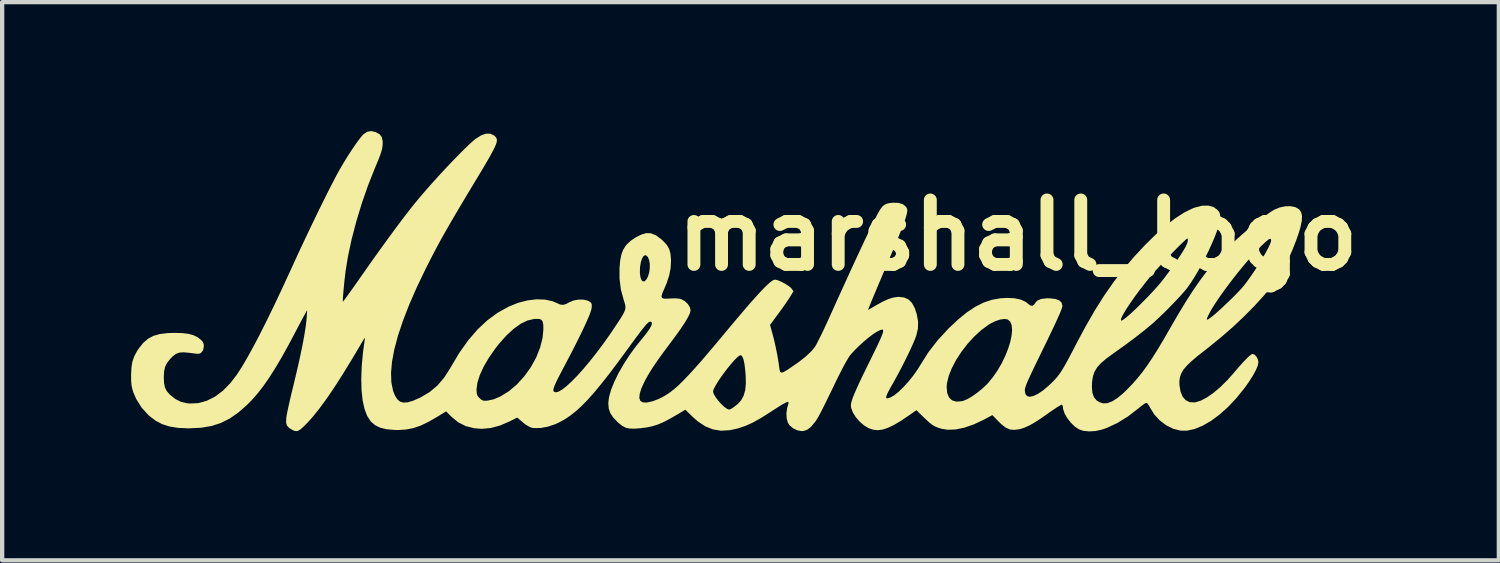
<source format=kicad_pcb>
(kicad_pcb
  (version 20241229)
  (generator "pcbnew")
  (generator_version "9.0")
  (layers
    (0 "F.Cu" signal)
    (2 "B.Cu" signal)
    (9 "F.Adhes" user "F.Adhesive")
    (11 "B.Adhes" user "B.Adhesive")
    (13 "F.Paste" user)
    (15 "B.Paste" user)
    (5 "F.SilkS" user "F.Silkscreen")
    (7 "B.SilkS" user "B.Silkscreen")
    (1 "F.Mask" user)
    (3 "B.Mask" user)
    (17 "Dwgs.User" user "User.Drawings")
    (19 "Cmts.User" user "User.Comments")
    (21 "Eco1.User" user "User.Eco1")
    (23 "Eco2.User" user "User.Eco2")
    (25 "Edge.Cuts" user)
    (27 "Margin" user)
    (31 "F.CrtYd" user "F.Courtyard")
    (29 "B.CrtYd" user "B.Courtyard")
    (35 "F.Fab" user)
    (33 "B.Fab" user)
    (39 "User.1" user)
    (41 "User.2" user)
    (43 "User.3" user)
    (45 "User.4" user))
  (footprint "marshall_logo"
    (layer "F.Cu")
    (at 13.631 3.501)
    (property "Reference" "marshall_logo" (at 7 -1.077 0) (layer "F.SilkS") (effects (font (size 1.5 1.5) (thickness 0.3))))
    (attr board_only exclude_from_pos_files exclude_from_bom)
    (fp_poly (pts (xy -7.943 -3.478) (xy -7.851 -3.429) (xy -7.798 -3.362) (xy -7.778 -3.269) (xy -7.777 -3.242) (xy -7.779 -3.176) (xy -7.787 -3.112) (xy -7.803 -3.043) (xy -7.829 -2.96) (xy -7.868 -2.856) (xy -7.923 -2.724) (xy -7.961 -2.633) (xy -8.12 -2.232) (xy -8.265 -1.815) (xy -8.393 -1.392) (xy -8.502 -0.975) (xy -8.587 -0.573) (xy -8.639 -0.25) (xy -8.652 -0.145) (xy -8.666 -0.027) (xy -8.678 0.095) (xy -8.689 0.212) (xy -8.698 0.317) (xy -8.704 0.4) (xy -8.705 0.453) (xy -8.704 0.468) (xy -8.689 0.452) (xy -8.652 0.403) (xy -8.595 0.325) (xy -8.521 0.223) (xy -8.434 0.1) (xy -8.336 -0.039) (xy -8.264 -0.142) (xy -8.053 -0.443) (xy -7.845 -0.734) (xy -7.645 -1.01) (xy -7.457 -1.266) (xy -7.284 -1.496) (xy -7.129 -1.696) (xy -7.04 -1.808) (xy -6.917 -1.957) (xy -6.778 -2.119) (xy -6.627 -2.29) (xy -6.47 -2.464) (xy -6.311 -2.635) (xy -6.155 -2.8) (xy -6.007 -2.952) (xy -5.871 -3.088) (xy -5.753 -3.201) (xy -5.658 -3.286) (xy -5.621 -3.316) (xy -5.494 -3.398) (xy -5.378 -3.44) (xy -5.275 -3.441) (xy -5.188 -3.401) (xy -5.16 -3.375) (xy -5.139 -3.35) (xy -5.125 -3.323) (xy -5.12 -3.29) (xy -5.124 -3.249) (xy -5.14 -3.196) (xy -5.169 -3.127) (xy -5.214 -3.039) (xy -5.274 -2.928) (xy -5.352 -2.791) (xy -5.45 -2.625) (xy -5.569 -2.426) (xy -5.668 -2.263) (xy -5.835 -1.985) (xy -5.981 -1.74) (xy -6.109 -1.524) (xy -6.221 -1.331) (xy -6.321 -1.157) (xy -6.412 -0.996) (xy -6.495 -0.843) (xy -6.575 -0.692) (xy -6.654 -0.54) (xy -6.735 -0.381) (xy -6.778 -0.296) (xy -6.985 0.136) (xy -7.161 0.54) (xy -7.307 0.916) (xy -7.423 1.263) (xy -7.507 1.58) (xy -7.561 1.868) (xy -7.583 2.124) (xy -7.575 2.35) (xy -7.535 2.544) (xy -7.492 2.652) (xy -7.438 2.738) (xy -7.374 2.793) (xy -7.294 2.816) (xy -7.193 2.809) (xy -7.068 2.772) (xy -6.914 2.704) (xy -6.891 2.693) (xy -6.685 2.571) (xy -6.619 2.515) (xy -5.594 2.515) (xy -5.59 2.594) (xy -5.576 2.646) (xy -5.543 2.692) (xy -5.525 2.71) (xy -5.48 2.751) (xy -5.439 2.77) (xy -5.383 2.773) (xy -5.331 2.769) (xy -5.192 2.739) (xy -5.042 2.675) (xy -4.841 2.551) (xy -4.652 2.391) (xy -4.481 2.202) (xy -4.331 1.993) (xy -4.207 1.769) (xy -4.115 1.538) (xy -4.057 1.307) (xy -4.039 1.118) (xy -4.041 1.005) (xy -4.055 0.93) (xy -4.087 0.887) (xy -4.143 0.869) (xy -4.228 0.869) (xy -4.256 0.871) (xy -4.406 0.905) (xy -4.565 0.982) (xy -4.731 1.1) (xy -4.901 1.257) (xy -5.074 1.452) (xy -5.159 1.561) (xy -5.308 1.775) (xy -5.429 1.982) (xy -5.517 2.175) (xy -5.573 2.351) (xy -5.594 2.506) (xy -5.594 2.515) (xy -6.619 2.515) (xy -6.506 2.421) (xy -6.348 2.237) (xy -6.206 2.015) (xy -6.198 2.001) (xy -5.998 1.664) (xy -5.79 1.37) (xy -5.572 1.116) (xy -5.343 0.902) (xy -5.1 0.724) (xy -4.841 0.581) (xy -4.839 0.58) (xy -4.622 0.493) (xy -4.405 0.438) (xy -4.195 0.413) (xy -3.998 0.42) (xy -3.821 0.459) (xy -3.723 0.501) (xy -3.645 0.535) (xy -3.578 0.542) (xy -3.508 0.521) (xy -3.438 0.483) (xy -3.335 0.44) (xy -3.218 0.419) (xy -3.102 0.421) (xy -3.003 0.445) (xy -2.97 0.463) (xy -2.931 0.492) (xy -2.914 0.524) (xy -2.913 0.577) (xy -2.916 0.619) (xy -2.932 0.682) (xy -2.968 0.782) (xy -3.025 0.915) (xy -3.1 1.079) (xy -3.192 1.27) (xy -3.3 1.486) (xy -3.422 1.724) (xy -3.557 1.98) (xy -3.568 2.001) (xy -3.654 2.164) (xy -3.719 2.292) (xy -3.765 2.389) (xy -3.793 2.46) (xy -3.806 2.51) (xy -3.805 2.543) (xy -3.797 2.558) (xy -3.754 2.578) (xy -3.688 2.562) (xy -3.602 2.513) (xy -3.498 2.432) (xy -3.38 2.323) (xy -3.248 2.189) (xy -3.106 2.03) (xy -2.956 1.851) (xy -2.799 1.653) (xy -2.639 1.439) (xy -2.478 1.212) (xy -2.334 0.997) (xy -2.251 0.871) (xy -2.192 0.775) (xy -2.154 0.701) (xy -2.133 0.641) (xy -2.129 0.586) (xy -2.138 0.529) (xy -2.158 0.462) (xy -2.169 0.429) (xy -2.236 0.184) (xy -2.267 -0.067) (xy -2.267 -0.194) (xy -1.793 -0.194) (xy -1.78 -0.099) (xy -1.755 -0.034) (xy -1.721 -0.003) (xy -1.681 -0.008) (xy -1.639 -0.053) (xy -1.609 -0.108) (xy -1.578 -0.205) (xy -1.563 -0.31) (xy -1.563 -0.411) (xy -1.579 -0.501) (xy -1.607 -0.57) (xy -1.648 -0.609) (xy -1.671 -0.614) (xy -1.709 -0.593) (xy -1.743 -0.535) (xy -1.771 -0.449) (xy -1.789 -0.343) (xy -1.791 -0.316) (xy -1.793 -0.194) (xy -2.267 -0.194) (xy -2.267 -0.318) (xy -2.252 -0.487) (xy -2.226 -0.621) (xy -2.187 -0.73) (xy -2.13 -0.823) (xy -2.092 -0.87) (xy -1.999 -0.955) (xy -1.883 -1.032) (xy -1.76 -1.093) (xy -1.646 -1.127) (xy -1.642 -1.127) (xy -1.536 -1.123) (xy -1.422 -1.077) (xy -1.299 -0.988) (xy -1.254 -0.947) (xy -1.168 -0.854) (xy -1.113 -0.761) (xy -1.082 -0.653) (xy -1.07 -0.519) (xy -1.069 -0.477) (xy -1.079 -0.307) (xy -1.112 -0.14) (xy -1.17 0.037) (xy -1.229 0.174) (xy -1.272 0.275) (xy -1.29 0.341) (xy -1.279 0.38) (xy -1.236 0.397) (xy -1.157 0.398) (xy -1.096 0.394) (xy -0.965 0.39) (xy -0.864 0.4) (xy -0.835 0.408) (xy -0.75 0.453) (xy -0.677 0.522) (xy -0.628 0.602) (xy -0.614 0.668) (xy -0.628 0.732) (xy -0.671 0.825) (xy -0.743 0.948) (xy -0.845 1.102) (xy -0.978 1.287) (xy -1.095 1.444) (xy -1.256 1.66) (xy -1.391 1.848) (xy -1.502 2.012) (xy -1.592 2.157) (xy -1.666 2.288) (xy -1.684 2.324) (xy -1.758 2.484) (xy -1.798 2.613) (xy -1.806 2.711) (xy -1.782 2.776) (xy -1.724 2.811) (xy -1.634 2.815) (xy -1.511 2.788) (xy -1.445 2.766) (xy -1.354 2.73) (xy -1.266 2.687) (xy -1.178 2.636) (xy -1.087 2.574) (xy -1.067 2.559) (xy -0.091 2.559) (xy -0.075 2.616) (xy -0.032 2.689) (xy 0.029 2.77) (xy 0.099 2.849) (xy 0.171 2.916) (xy 0.236 2.962) (xy 0.284 2.979) (xy 0.319 2.967) (xy 0.364 2.941) (xy 0.477 2.855) (xy 0.562 2.762) (xy 0.621 2.655) (xy 0.657 2.529) (xy 0.672 2.376) (xy 0.668 2.19) (xy 0.66 2.085) (xy 0.642 1.929) (xy 0.619 1.816) (xy 0.59 1.745) (xy 0.555 1.712) (xy 0.555 1.712) (xy 0.521 1.723) (xy 0.468 1.766) (xy 0.4 1.835) (xy 0.323 1.924) (xy 0.24 2.025) (xy 0.158 2.134) (xy 0.079 2.243) (xy 0.011 2.347) (xy -0.044 2.439) (xy -0.079 2.512) (xy -0.091 2.559) (xy -1.067 2.559) (xy -0.991 2.499) (xy -0.888 2.407) (xy -0.775 2.296) (xy -0.648 2.163) (xy -0.506 2.007) (xy -0.345 1.825) (xy -0.164 1.613) (xy 0.041 1.37) (xy 0.197 1.182) (xy 0.413 0.924) (xy 0.603 0.7) (xy 0.767 0.509) (xy 0.909 0.35) (xy 1.029 0.219) (xy 1.128 0.117) (xy 1.209 0.041) (xy 1.273 -0.01) (xy 1.321 -0.039) (xy 1.349 -0.045) (xy 1.409 -0.033) (xy 1.489 0.00034) (xy 1.578 0.046) (xy 1.659 0.097) (xy 1.72 0.145) (xy 1.736 0.164) (xy 1.781 0.225) (xy 1.703 0.353) (xy 1.66 0.419) (xy 1.598 0.511) (xy 1.523 0.617) (xy 1.445 0.725) (xy 1.43 0.745) (xy 1.235 1.009) (xy 1.289 1.204) (xy 1.33 1.361) (xy 1.369 1.536) (xy 1.405 1.714) (xy 1.432 1.876) (xy 1.443 1.956) (xy 1.455 2.044) (xy 1.47 2.098) (xy 1.497 2.119) (xy 1.541 2.109) (xy 1.611 2.071) (xy 1.686 2.022) (xy 1.897 1.877) (xy 2.067 1.743) (xy 2.197 1.621) (xy 2.281 1.518) (xy 2.312 1.464) (xy 2.358 1.375) (xy 2.416 1.259) (xy 2.483 1.121) (xy 2.554 0.968) (xy 2.628 0.807) (xy 2.634 0.793) (xy 2.807 0.409) (xy 2.964 0.065) (xy 3.105 -0.245) (xy 3.233 -0.522) (xy 3.348 -0.769) (xy 3.452 -0.991) (xy 3.547 -1.189) (xy 3.604 -1.308) (xy 3.682 -1.465) (xy 3.745 -1.587) (xy 3.798 -1.678) (xy 3.846 -1.742) (xy 3.894 -1.784) (xy 3.945 -1.81) (xy 4.006 -1.825) (xy 4.079 -1.833) (xy 4.101 -1.835) (xy 4.229 -1.83) (xy 4.329 -1.798) (xy 4.399 -1.739) (xy 4.422 -1.695) (xy 4.428 -1.668) (xy 4.427 -1.632) (xy 4.419 -1.583) (xy 4.402 -1.518) (xy 4.375 -1.435) (xy 4.337 -1.33) (xy 4.287 -1.2) (xy 4.224 -1.042) (xy 4.146 -0.853) (xy 4.053 -0.629) (xy 3.943 -0.368) (xy 3.905 -0.279) (xy 3.823 -0.085) (xy 3.747 0.095) (xy 3.679 0.258) (xy 3.62 0.398) (xy 3.573 0.513) (xy 3.538 0.597) (xy 3.518 0.647) (xy 3.514 0.659) (xy 3.535 0.649) (xy 3.586 0.62) (xy 3.658 0.578) (xy 3.697 0.555) (xy 3.854 0.468) (xy 3.986 0.408) (xy 4.101 0.372) (xy 4.207 0.357) (xy 4.23 0.356) (xy 4.354 0.37) (xy 4.456 0.416) (xy 4.537 0.497) (xy 4.602 0.617) (xy 4.649 0.761) (xy 4.68 0.932) (xy 4.676 1.092) (xy 4.637 1.259) (xy 4.634 1.266) (xy 4.598 1.363) (xy 4.542 1.491) (xy 4.472 1.643) (xy 4.39 1.811) (xy 4.301 1.986) (xy 4.209 2.161) (xy 4.117 2.328) (xy 4.096 2.365) (xy 4.021 2.498) (xy 3.97 2.596) (xy 3.942 2.663) (xy 3.937 2.703) (xy 3.953 2.718) (xy 3.991 2.713) (xy 4.038 2.695) (xy 4.127 2.644) (xy 4.231 2.56) (xy 4.333 2.461) (xy 5.344 2.461) (xy 5.358 2.597) (xy 5.401 2.699) (xy 5.471 2.764) (xy 5.568 2.793) (xy 5.691 2.784) (xy 5.736 2.773) (xy 5.824 2.736) (xy 5.933 2.673) (xy 6.051 2.59) (xy 6.167 2.496) (xy 6.273 2.398) (xy 6.305 2.364) (xy 6.423 2.221) (xy 6.53 2.065) (xy 6.626 1.9) (xy 6.707 1.732) (xy 6.774 1.565) (xy 6.824 1.405) (xy 6.855 1.257) (xy 6.867 1.126) (xy 6.857 1.016) (xy 6.824 0.934) (xy 6.766 0.883) (xy 6.765 0.883) (xy 6.689 0.87) (xy 6.588 0.884) (xy 6.473 0.923) (xy 6.352 0.984) (xy 6.318 1.005) (xy 6.147 1.131) (xy 5.982 1.283) (xy 5.827 1.453) (xy 5.686 1.637) (xy 5.563 1.826) (xy 5.464 2.015) (xy 5.392 2.197) (xy 5.351 2.366) (xy 5.344 2.461) (xy 4.333 2.461) (xy 4.344 2.45) (xy 4.459 2.323) (xy 4.57 2.184) (xy 4.67 2.042) (xy 4.735 1.937) (xy 4.919 1.645) (xy 5.134 1.367) (xy 5.388 1.092) (xy 5.389 1.091) (xy 5.608 0.885) (xy 5.814 0.717) (xy 6.011 0.586) (xy 6.203 0.489) (xy 6.397 0.424) (xy 6.596 0.389) (xy 6.754 0.38) (xy 6.925 0.389) (xy 7.069 0.42) (xy 7.18 0.47) (xy 7.232 0.512) (xy 7.293 0.558) (xy 7.346 0.563) (xy 7.388 0.525) (xy 7.394 0.513) (xy 7.449 0.446) (xy 7.541 0.405) (xy 7.671 0.389) (xy 7.744 0.39) (xy 7.874 0.405) (xy 7.963 0.437) (xy 8.016 0.487) (xy 8.036 0.557) (xy 8.036 0.575) (xy 8.025 0.619) (xy 7.995 0.7) (xy 7.943 0.819) (xy 7.872 0.977) (xy 7.779 1.172) (xy 7.666 1.408) (xy 7.635 1.47) (xy 7.525 1.697) (xy 7.433 1.886) (xy 7.357 2.042) (xy 7.298 2.169) (xy 7.251 2.27) (xy 7.216 2.349) (xy 7.192 2.41) (xy 7.176 2.457) (xy 7.167 2.493) (xy 7.163 2.522) (xy 7.163 2.537) (xy 7.177 2.619) (xy 7.218 2.666) (xy 7.282 2.68) (xy 7.367 2.661) (xy 7.471 2.611) (xy 7.59 2.53) (xy 7.721 2.419) (xy 7.789 2.354) (xy 7.851 2.292) (xy 7.905 2.231) (xy 7.956 2.168) (xy 8.007 2.095) (xy 8.061 2.007) (xy 8.123 1.899) (xy 8.195 1.766) (xy 8.282 1.601) (xy 8.356 1.457) (xy 8.576 1.045) (xy 8.672 0.879) (xy 9.399 0.879) (xy 9.403 0.907) (xy 9.41 0.91) (xy 9.439 0.896) (xy 9.489 0.861) (xy 9.531 0.828) (xy 9.629 0.743) (xy 9.747 0.633) (xy 9.876 0.506) (xy 10.009 0.371) (xy 10.134 0.239) (xy 10.245 0.117) (xy 10.329 0.018) (xy 10.424 -0.104) (xy 10.526 -0.241) (xy 10.628 -0.384) (xy 10.725 -0.524) (xy 10.809 -0.651) (xy 10.875 -0.758) (xy 10.901 -0.805) (xy 10.94 -0.889) (xy 10.959 -0.954) (xy 10.956 -0.993) (xy 10.942 -1.001) (xy 10.918 -0.985) (xy 10.869 -0.94) (xy 10.798 -0.873) (xy 10.712 -0.787) (xy 10.614 -0.689) (xy 10.511 -0.582) (xy 10.406 -0.473) (xy 10.306 -0.365) (xy 10.214 -0.265) (xy 10.135 -0.178) (xy 10.079 -0.112) (xy 9.949 0.051) (xy 9.826 0.209) (xy 9.714 0.361) (xy 9.616 0.502) (xy 9.532 0.628) (xy 9.467 0.735) (xy 9.421 0.82) (xy 9.399 0.879) (xy 8.672 0.879) (xy 8.791 0.672) (xy 9.007 0.329) (xy 9.228 0.012) (xy 9.458 -0.287) (xy 9.702 -0.574) (xy 9.96 -0.85) (xy 10.207 -1.093) (xy 10.442 -1.301) (xy 10.662 -1.471) (xy 10.867 -1.604) (xy 11.054 -1.697) (xy 11.118 -1.722) (xy 11.285 -1.764) (xy 11.43 -1.768) (xy 11.551 -1.736) (xy 11.646 -1.667) (xy 11.664 -1.646) (xy 11.693 -1.601) (xy 11.707 -1.555) (xy 11.707 -1.488) (xy 11.704 -1.444) (xy 11.685 -1.34) (xy 11.644 -1.206) (xy 11.585 -1.047) (xy 11.51 -0.871) (xy 11.424 -0.685) (xy 11.33 -0.496) (xy 11.231 -0.311) (xy 11.13 -0.136) (xy 11.031 0.021) (xy 10.941 0.148) (xy 10.868 0.237) (xy 10.768 0.349) (xy 10.649 0.476) (xy 10.519 0.609) (xy 10.386 0.742) (xy 10.256 0.865) (xy 10.139 0.973) (xy 10.108 1) (xy 9.935 1.142) (xy 9.73 1.303) (xy 9.499 1.475) (xy 9.25 1.653) (xy 9.209 1.682) (xy 9.052 1.797) (xy 8.932 1.9) (xy 8.844 1.998) (xy 8.784 2.099) (xy 8.747 2.208) (xy 8.728 2.334) (xy 8.723 2.445) (xy 8.734 2.584) (xy 8.771 2.69) (xy 8.836 2.768) (xy 8.892 2.804) (xy 8.984 2.834) (xy 9.083 2.829) (xy 9.192 2.789) (xy 9.315 2.712) (xy 9.453 2.597) (xy 9.537 2.516) (xy 9.662 2.387) (xy 9.78 2.254) (xy 9.894 2.112) (xy 10.009 1.956) (xy 10.127 1.78) (xy 10.254 1.579) (xy 10.392 1.348) (xy 10.538 1.094) (xy 10.665 0.875) (xy 11.396 0.875) (xy 11.406 0.888) (xy 11.443 0.869) (xy 11.504 0.825) (xy 11.578 0.766) (xy 11.674 0.681) (xy 11.784 0.579) (xy 11.9 0.469) (xy 12.014 0.358) (xy 12.116 0.254) (xy 12.199 0.166) (xy 12.244 0.114) (xy 12.332 0.000058) (xy 12.425 -0.129) (xy 12.519 -0.268) (xy 12.611 -0.41) (xy 12.695 -0.548) (xy 12.77 -0.677) (xy 12.83 -0.79) (xy 12.872 -0.881) (xy 12.892 -0.943) (xy 12.893 -0.956) (xy 12.888 -0.988) (xy 12.868 -0.996) (xy 12.831 -0.977) (xy 12.772 -0.929) (xy 12.687 -0.85) (xy 12.672 -0.836) (xy 12.549 -0.71) (xy 12.411 -0.557) (xy 12.265 -0.386) (xy 12.115 -0.203) (xy 11.967 -0.014) (xy 11.826 0.174) (xy 11.697 0.354) (xy 11.586 0.519) (xy 11.497 0.663) (xy 11.453 0.744) (xy 11.412 0.828) (xy 11.396 0.875) (xy 10.665 0.875) (xy 10.729 0.765) (xy 10.906 0.472) (xy 11.074 0.211) (xy 11.237 -0.025) (xy 11.399 -0.241) (xy 11.565 -0.441) (xy 11.738 -0.633) (xy 11.922 -0.82) (xy 12.095 -0.985) (xy 12.224 -1.101) (xy 12.363 -1.22) (xy 12.506 -1.338) (xy 12.645 -1.448) (xy 12.773 -1.543) (xy 12.882 -1.62) (xy 12.964 -1.671) (xy 13.09 -1.723) (xy 13.22 -1.751) (xy 13.345 -1.754) (xy 13.455 -1.732) (xy 13.539 -1.685) (xy 13.551 -1.673) (xy 13.594 -1.608) (xy 13.612 -1.523) (xy 13.607 -1.414) (xy 13.578 -1.274) (xy 13.534 -1.123) (xy 13.472 -0.947) (xy 13.398 -0.759) (xy 13.318 -0.572) (xy 13.236 -0.401) (xy 13.184 -0.3) (xy 13.062 -0.105) (xy 12.905 0.108) (xy 12.717 0.335) (xy 12.501 0.572) (xy 12.262 0.813) (xy 12.004 1.056) (xy 11.731 1.294) (xy 11.447 1.525) (xy 11.353 1.599) (xy 11.179 1.735) (xy 11.041 1.852) (xy 10.934 1.955) (xy 10.856 2.047) (xy 10.803 2.135) (xy 10.772 2.223) (xy 10.759 2.314) (xy 10.761 2.409) (xy 10.786 2.561) (xy 10.836 2.68) (xy 10.909 2.762) (xy 11.003 2.807) (xy 11.117 2.811) (xy 11.128 2.81) (xy 11.255 2.772) (xy 11.397 2.697) (xy 11.552 2.59) (xy 11.713 2.454) (xy 11.875 2.293) (xy 11.997 2.157) (xy 12.14 1.99) (xy 12.258 1.859) (xy 12.35 1.765) (xy 12.416 1.706) (xy 12.459 1.683) (xy 12.463 1.683) (xy 12.512 1.703) (xy 12.557 1.754) (xy 12.588 1.821) (xy 12.598 1.877) (xy 12.583 1.955) (xy 12.539 2.06) (xy 12.47 2.187) (xy 12.379 2.33) (xy 12.274 2.478) (xy 12.085 2.712) (xy 11.89 2.919) (xy 11.692 3.096) (xy 11.494 3.242) (xy 11.3 3.354) (xy 11.113 3.431) (xy 10.936 3.469) (xy 10.786 3.468) (xy 10.616 3.425) (xy 10.451 3.343) (xy 10.3 3.229) (xy 10.172 3.088) (xy 10.083 2.943) (xy 10.046 2.878) (xy 10.012 2.833) (xy 9.992 2.82) (xy 9.961 2.834) (xy 9.906 2.871) (xy 9.838 2.924) (xy 9.817 2.942) (xy 9.563 3.138) (xy 9.312 3.293) (xy 9.067 3.407) (xy 8.948 3.447) (xy 8.801 3.478) (xy 8.654 3.486) (xy 8.522 3.472) (xy 8.424 3.439) (xy 8.325 3.373) (xy 8.231 3.281) (xy 8.149 3.176) (xy 8.087 3.067) (xy 8.054 2.966) (xy 8.05 2.928) (xy 8.04 2.879) (xy 8.018 2.865) (xy 7.989 2.878) (xy 7.931 2.913) (xy 7.85 2.966) (xy 7.755 3.031) (xy 7.704 3.067) (xy 7.532 3.188) (xy 7.388 3.281) (xy 7.265 3.35) (xy 7.157 3.398) (xy 7.058 3.43) (xy 7.027 3.437) (xy 6.911 3.451) (xy 6.811 3.44) (xy 6.718 3.398) (xy 6.621 3.323) (xy 6.553 3.257) (xy 6.408 3.107) (xy 6.212 3.212) (xy 5.979 3.322) (xy 5.758 3.399) (xy 5.553 3.441) (xy 5.368 3.448) (xy 5.22 3.424) (xy 5.135 3.396) (xy 5.065 3.367) (xy 5 3.327) (xy 4.93 3.27) (xy 4.844 3.19) (xy 4.805 3.153) (xy 4.641 2.993) (xy 4.48 3.105) (xy 4.288 3.235) (xy 4.122 3.334) (xy 3.979 3.403) (xy 3.853 3.444) (xy 3.74 3.458) (xy 3.635 3.447) (xy 3.534 3.413) (xy 3.532 3.412) (xy 3.422 3.347) (xy 3.319 3.257) (xy 3.229 3.153) (xy 3.161 3.043) (xy 3.122 2.939) (xy 3.116 2.886) (xy 3.12 2.841) (xy 3.133 2.784) (xy 3.157 2.711) (xy 3.194 2.617) (xy 3.245 2.5) (xy 3.311 2.355) (xy 3.395 2.179) (xy 3.497 1.969) (xy 3.552 1.858) (xy 3.651 1.656) (xy 3.731 1.491) (xy 3.792 1.361) (xy 3.834 1.262) (xy 3.86 1.191) (xy 3.868 1.145) (xy 3.861 1.121) (xy 3.839 1.116) (xy 3.803 1.127) (xy 3.753 1.15) (xy 3.723 1.166) (xy 3.639 1.219) (xy 3.535 1.297) (xy 3.421 1.392) (xy 3.308 1.495) (xy 3.204 1.597) (xy 3.119 1.69) (xy 3.089 1.728) (xy 3.049 1.789) (xy 2.995 1.882) (xy 2.932 1.998) (xy 2.865 2.128) (xy 2.803 2.251) (xy 2.698 2.47) (xy 2.609 2.651) (xy 2.537 2.8) (xy 2.477 2.92) (xy 2.429 3.015) (xy 2.39 3.09) (xy 2.358 3.148) (xy 2.331 3.194) (xy 2.307 3.232) (xy 2.283 3.265) (xy 2.273 3.278) (xy 2.187 3.38) (xy 2.106 3.444) (xy 2.023 3.474) (xy 1.969 3.479) (xy 1.868 3.461) (xy 1.77 3.413) (xy 1.689 3.344) (xy 1.652 3.289) (xy 1.623 3.189) (xy 1.616 3.067) (xy 1.632 2.945) (xy 1.648 2.891) (xy 1.664 2.831) (xy 1.663 2.799) (xy 1.658 2.797) (xy 1.627 2.804) (xy 1.576 2.829) (xy 1.501 2.871) (xy 1.398 2.936) (xy 1.262 3.023) (xy 1.228 3.046) (xy 1.018 3.178) (xy 0.832 3.282) (xy 0.66 3.359) (xy 0.495 3.415) (xy 0.329 3.452) (xy 0.294 3.458) (xy 0.095 3.47) (xy -0.092 3.44) (xy -0.272 3.368) (xy -0.446 3.253) (xy -0.567 3.146) (xy -0.736 2.981) (xy -0.919 3.091) (xy -1.093 3.191) (xy -1.24 3.268) (xy -1.372 3.325) (xy -1.499 3.365) (xy -1.63 3.393) (xy -1.777 3.412) (xy -1.779 3.413) (xy -1.923 3.423) (xy -2.033 3.42) (xy -2.123 3.4) (xy -2.202 3.359) (xy -2.283 3.295) (xy -2.314 3.267) (xy -2.416 3.16) (xy -2.482 3.06) (xy -2.517 2.957) (xy -2.528 2.84) (xy -2.528 2.832) (xy -2.512 2.691) (xy -2.465 2.524) (xy -2.391 2.337) (xy -2.293 2.136) (xy -2.174 1.927) (xy -2.037 1.715) (xy -1.884 1.505) (xy -1.761 1.353) (xy -1.647 1.212) (xy -1.567 1.099) (xy -1.522 1.015) (xy -1.512 0.96) (xy -1.537 0.935) (xy -1.556 0.932) (xy -1.578 0.939) (xy -1.608 0.962) (xy -1.649 1.004) (xy -1.703 1.069) (xy -1.774 1.158) (xy -1.863 1.277) (xy -1.973 1.426) (xy -2.092 1.589) (xy -2.312 1.889) (xy -2.511 2.153) (xy -2.692 2.382) (xy -2.857 2.581) (xy -3.009 2.752) (xy -3.151 2.897) (xy -3.286 3.019) (xy -3.415 3.121) (xy -3.541 3.205) (xy -3.668 3.275) (xy -3.77 3.321) (xy -3.937 3.377) (xy -4.104 3.407) (xy -4.256 3.409) (xy -4.306 3.402) (xy -4.374 3.375) (xy -4.459 3.322) (xy -4.517 3.275) (xy -4.647 3.164) (xy -4.821 3.252) (xy -5.049 3.35) (xy -5.265 3.408) (xy -5.473 3.426) (xy -5.651 3.412) (xy -5.847 3.362) (xy -6.019 3.275) (xy -6.174 3.148) (xy -6.178 3.145) (xy -6.302 3.02) (xy -6.522 3.155) (xy -6.721 3.269) (xy -6.898 3.353) (xy -7.065 3.41) (xy -7.23 3.442) (xy -7.404 3.454) (xy -7.512 3.452) (xy -7.691 3.435) (xy -7.834 3.4) (xy -7.95 3.344) (xy -8.044 3.265) (xy -8.061 3.245) (xy -8.14 3.123) (xy -8.201 2.961) (xy -8.244 2.763) (xy -8.269 2.529) (xy -8.276 2.265) (xy -8.265 1.971) (xy -8.236 1.65) (xy -8.197 1.364) (xy -8.192 1.324) (xy -8.196 1.313) (xy -8.213 1.335) (xy -8.247 1.392) (xy -8.257 1.41) (xy -8.488 1.8) (xy -8.702 2.149) (xy -8.9 2.458) (xy -9.082 2.726) (xy -9.251 2.956) (xy -9.405 3.148) (xy -9.526 3.282) (xy -9.618 3.375) (xy -9.687 3.437) (xy -9.742 3.471) (xy -9.789 3.481) (xy -9.835 3.472) (xy -9.869 3.456) (xy -9.955 3.405) (xy -10.004 3.351) (xy -10.024 3.282) (xy -10.021 3.183) (xy -10.021 3.178) (xy -10.012 3.116) (xy -9.993 3.018) (xy -9.966 2.892) (xy -9.933 2.746) (xy -9.896 2.588) (xy -9.869 2.479) (xy -9.785 2.128) (xy -9.712 1.808) (xy -9.652 1.524) (xy -9.605 1.275) (xy -9.571 1.066) (xy -9.552 0.91) (xy -9.544 0.812) (xy -9.538 0.732) (xy -9.535 0.681) (xy -9.535 0.667) (xy -9.547 0.685) (xy -9.576 0.738) (xy -9.621 0.82) (xy -9.678 0.927) (xy -9.744 1.052) (xy -9.798 1.155) (xy -9.97 1.479) (xy -10.128 1.764) (xy -10.276 2.013) (xy -10.415 2.232) (xy -10.548 2.423) (xy -10.677 2.591) (xy -10.806 2.74) (xy -10.936 2.872) (xy -11.139 3.05) (xy -11.34 3.189) (xy -11.544 3.291) (xy -11.762 3.361) (xy -12.002 3.401) (xy -12.271 3.414) (xy -12.302 3.415) (xy -12.535 3.404) (xy -12.734 3.373) (xy -12.907 3.318) (xy -13.062 3.236) (xy -13.208 3.125) (xy -13.227 3.108) (xy -13.386 2.933) (xy -13.512 2.732) (xy -13.58 2.574) (xy -13.605 2.491) (xy -13.621 2.411) (xy -13.629 2.318) (xy -13.631 2.198) (xy -13.631 2.172) (xy -13.623 2.003) (xy -13.601 1.864) (xy -13.558 1.74) (xy -13.493 1.618) (xy -13.444 1.545) (xy -13.345 1.423) (xy -13.236 1.33) (xy -13.111 1.263) (xy -12.962 1.221) (xy -12.783 1.199) (xy -12.62 1.194) (xy -12.441 1.199) (xy -12.297 1.216) (xy -12.182 1.247) (xy -12.086 1.294) (xy -12.016 1.347) (xy -11.964 1.4) (xy -11.942 1.454) (xy -11.938 1.503) (xy -11.954 1.593) (xy -11.984 1.637) (xy -12.008 1.66) (xy -12.032 1.674) (xy -12.066 1.68) (xy -12.118 1.678) (xy -12.199 1.668) (xy -12.275 1.658) (xy -12.405 1.646) (xy -12.504 1.652) (xy -12.585 1.681) (xy -12.66 1.737) (xy -12.721 1.8) (xy -12.794 1.892) (xy -12.84 1.985) (xy -12.863 2.091) (xy -12.87 2.227) (xy -12.87 2.228) (xy -12.864 2.362) (xy -12.843 2.464) (xy -12.802 2.547) (xy -12.737 2.622) (xy -12.725 2.634) (xy -12.597 2.735) (xy -12.468 2.799) (xy -12.325 2.832) (xy -12.266 2.837) (xy -12.066 2.828) (xy -11.87 2.774) (xy -11.678 2.677) (xy -11.493 2.538) (xy -11.317 2.358) (xy -11.17 2.165) (xy -11.058 1.993) (xy -10.935 1.784) (xy -10.798 1.537) (xy -10.648 1.252) (xy -10.484 0.927) (xy -10.306 0.562) (xy -10.114 0.155) (xy -9.907 -0.293) (xy -9.833 -0.455) (xy -9.724 -0.693) (xy -9.607 -0.942) (xy -9.487 -1.195) (xy -9.366 -1.447) (xy -9.247 -1.692) (xy -9.132 -1.924) (xy -9.025 -2.138) (xy -8.927 -2.328) (xy -8.843 -2.489) (xy -8.774 -2.614) (xy -8.767 -2.626) (xy -8.674 -2.783) (xy -8.579 -2.937) (xy -8.484 -3.082) (xy -8.396 -3.211) (xy -8.317 -3.318) (xy -8.254 -3.396) (xy -8.221 -3.43) (xy -8.133 -3.487) (xy -8.041 -3.501)) (stroke (width 0) (type solid)) (fill yes) (layer "F.SilkS")))
  (gr_rect
    (start -3 -3)
    (end 31.823 9.987)
    (stroke (width 0.1) (type default))
    (fill no)
    (layer "Edge.Cuts")))
</source>
